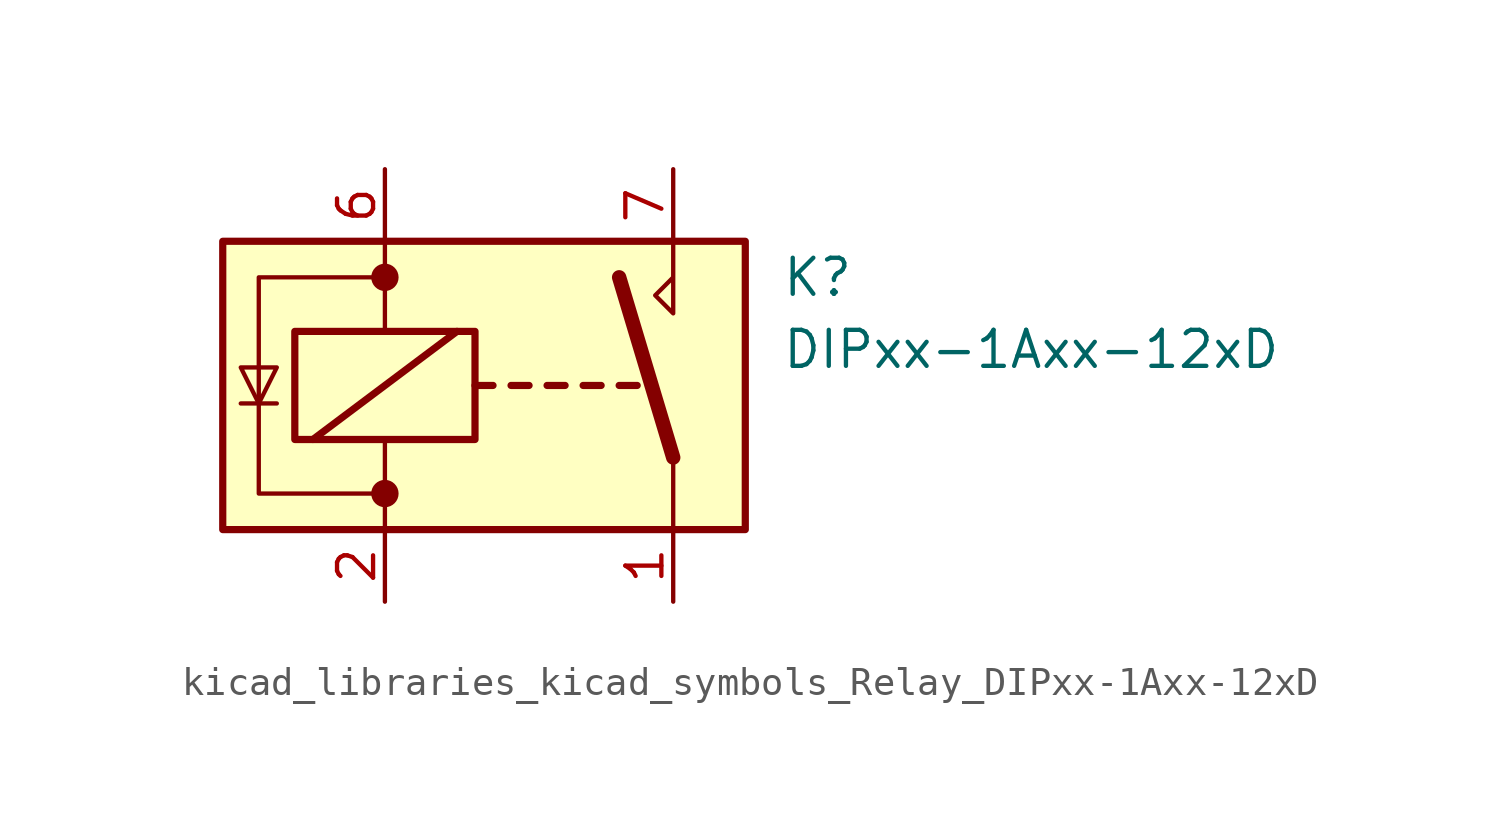
<source format=kicad_sym>
(kicad_symbol_lib
  (version 20220914)
  (generator kicad_symbol_editor)
  (symbol "kicad_libraries_kicad_symbols_Relay_DIPxx-1Axx-12xD"
    (property "Reference" "K"
      (at 8.89 3.81 0)
      (effects (font (size 1.27 1.27)) (justify left)))
    (property "Value" "DIPxx-1Axx-12xD"
      (at 8.89 1.27 0)
      (effects (font (size 1.27 1.27)) (justify left)))
    (symbol "kicad_libraries_kicad_symbols_Relay_DIPxx-1Axx-12xD_0_0"
      (polyline (pts (xy 5.08 5.08) (xy 5.08 2.54) (xy 4.445 3.175) (xy 5.08 3.81)) (stroke (width 0) (type default)) (fill (type none))))
    (symbol "kicad_libraries_kicad_symbols_Relay_DIPxx-1Axx-12xD_0_1"
      (rectangle (start -10.795 5.08) (end 7.62 -5.08) (stroke (width 0.254) (type default)) (fill (type background)))
      (rectangle (start -8.255 1.905) (end -1.905 -1.905) (stroke (width 0.254) (type default)) (fill (type none)))
      (circle (center -5.08 -3.81) (radius 0.406) (stroke (width 0) (type default)) (fill (type outline)))
      (circle (center -5.08 3.81) (radius 0.406) (stroke (width 0) (type default)) (fill (type outline)))
      (polyline (pts (xy -10.16 -0.635) (xy -8.89 -0.635)) (stroke (width 0) (type default)) (fill (type none)))
      (polyline (pts (xy -7.62 -1.905) (xy -2.54 1.905)) (stroke (width 0.254) (type default)) (fill (type none)))
      (polyline (pts (xy -5.08 -5.08) (xy -5.08 -1.905)) (stroke (width 0) (type default)) (fill (type none)))
      (polyline (pts (xy -5.08 5.08) (xy -5.08 1.905)) (stroke (width 0) (type default)) (fill (type none)))
      (polyline (pts (xy -1.905 0) (xy -1.27 0)) (stroke (width 0.254) (type default)) (fill (type none)))
      (polyline (pts (xy -0.635 0) (xy 0 0)) (stroke (width 0.254) (type default)) (fill (type none)))
      (polyline (pts (xy 0.635 0) (xy 1.27 0)) (stroke (width 0.254) (type default)) (fill (type none)))
      (polyline (pts (xy 1.905 0) (xy 2.54 0)) (stroke (width 0.254) (type default)) (fill (type none)))
      (polyline (pts (xy 3.175 0) (xy 3.81 0)) (stroke (width 0.254) (type default)) (fill (type none)))
      (polyline (pts (xy 5.08 -2.54) (xy 3.175 3.81)) (stroke (width 0.508) (type default)) (fill (type none)))
      (polyline (pts (xy 5.08 -2.54) (xy 5.08 -5.08)) (stroke (width 0) (type default)) (fill (type none)))
      (polyline (pts (xy -9.525 -0.635) (xy -8.89 0.635) (xy -10.16 0.635) (xy -9.525 -0.635)) (stroke (width 0) (type default)) (fill (type none)))
      (polyline (pts (xy -5.08 -3.81) (xy -9.525 -3.81) (xy -9.525 3.81) (xy -5.08 3.81)) (stroke (width 0) (type default)) (fill (type none))))
    (symbol "kicad_libraries_kicad_symbols_Relay_DIPxx-1Axx-12xD_1_1"
      (pin passive line (at 5.08 -7.62 90) (length 2.54) (name "~" (effects (font (size 1.27 1.27)))) (number "1" (effects (font (size 1.27 1.27)))))
      (pin passive line (at -5.08 -7.62 90) (length 2.54) hide (name "~" (effects (font (size 1.27 1.27)))) (number "13" (effects (font (size 1.27 1.27)))))
      (pin passive line (at 5.08 -7.62 90) (length 2.54) hide (name "~" (effects (font (size 1.27 1.27)))) (number "14" (effects (font (size 1.27 1.27)))))
      (pin passive line (at -5.08 -7.62 90) (length 2.54) (name "~" (effects (font (size 1.27 1.27)))) (number "2" (effects (font (size 1.27 1.27)))))
      (pin passive line (at -5.08 7.62 270) (length 2.54) (name "~" (effects (font (size 1.27 1.27)))) (number "6" (effects (font (size 1.27 1.27)))))
      (pin passive line (at 5.08 7.62 270) (length 2.54) (name "~" (effects (font (size 1.27 1.27)))) (number "7" (effects (font (size 1.27 1.27)))))
      (pin passive line (at 5.08 7.62 270) (length 2.54) hide (name "~" (effects (font (size 1.27 1.27)))) (number "8" (effects (font (size 1.27 1.27))))))))
</source>
